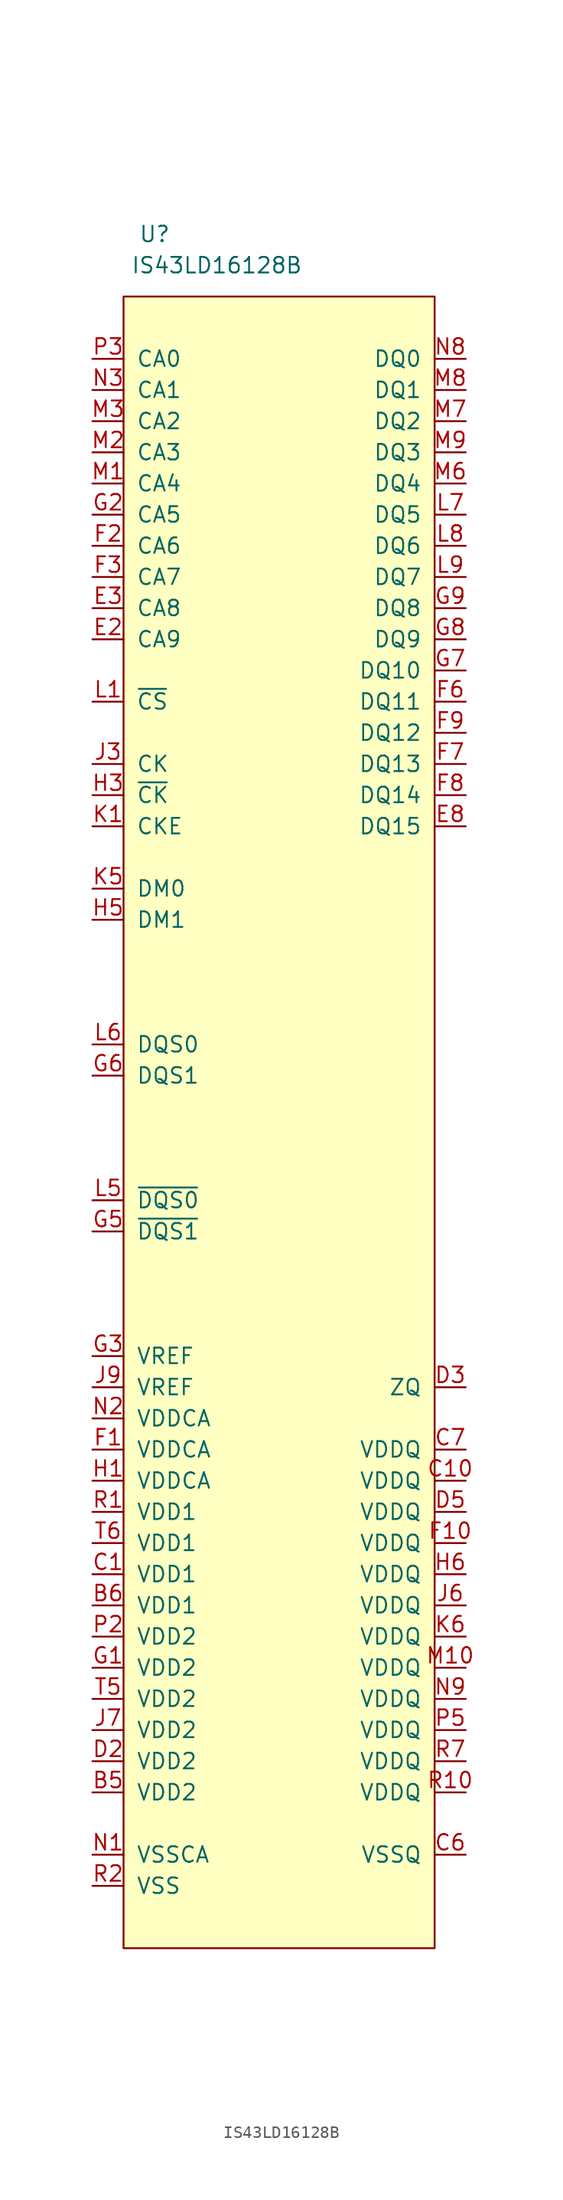
<source format=kicad_sym>
(kicad_symbol_lib
  (version 20201005)
  (generator kicad_symbol_editor)
  (symbol "symbols:IS43LD16128B"
    (pin_names
      (offset 1.016))
    (property "Reference" "U"
      (at -10.16 25.4 0)
      (effects (font (size 1.27 1.27))))
    (property "Value" "IS43LD16128B"
      (at -5.08 22.86 0)
      (effects (font (size 1.27 1.27))))
    (symbol "IS43LD16128B_0_1"
      (rectangle (start -12.7 20.32) (end 12.7 -114.3) (stroke (width 0)) (fill (type background))))
    (symbol "IS43LD16128B_1_1"
      (pin power_in line (at -15.24 -101.6 0) (length 2.54) (name "VDD2" (effects (font (size 1.27 1.27)))) (number "B5" (effects (font (size 1.27 1.27)))))
      (pin power_in line (at -15.24 -86.36 0) (length 2.54) (name "VDD1" (effects (font (size 1.27 1.27)))) (number "B6" (effects (font (size 1.27 1.27)))))
      (pin power_in line (at -15.24 -83.82 0) (length 2.54) (name "VDD1" (effects (font (size 1.27 1.27)))) (number "C1" (effects (font (size 1.27 1.27)))))
      (pin power_in line (at 15.24 -76.2 180) (length 2.54) (name "VDDQ" (effects (font (size 1.27 1.27)))) (number "C10" (effects (font (size 1.27 1.27)))))
      (pin power_in line (at -15.24 -109.22 0) (length 2.54) hide (name "VSS" (effects (font (size 1.27 1.27)))) (number "C2" (effects (font (size 1.27 1.27)))))
      (pin power_in line (at -15.24 -109.22 0) (length 2.54) hide (name "VSS" (effects (font (size 1.27 1.27)))) (number "C5" (effects (font (size 1.27 1.27)))))
      (pin power_in line (at 15.24 -106.68 180) (length 2.54) (name "VSSQ" (effects (font (size 1.27 1.27)))) (number "C6" (effects (font (size 1.27 1.27)))))
      (pin power_in line (at 15.24 -73.66 180) (length 2.54) (name "VDDQ" (effects (font (size 1.27 1.27)))) (number "C7" (effects (font (size 1.27 1.27)))))
      (pin power_in line (at 15.24 -106.68 180) (length 2.54) hide (name "VSSQ" (effects (font (size 1.27 1.27)))) (number "C9" (effects (font (size 1.27 1.27)))))
      (pin power_in line (at -15.24 -109.22 0) (length 2.54) hide (name "VSS" (effects (font (size 1.27 1.27)))) (number "D1" (effects (font (size 1.27 1.27)))))
      (pin power_in line (at 15.24 -106.68 180) (length 2.54) hide (name "VSSQ" (effects (font (size 1.27 1.27)))) (number "D10" (effects (font (size 1.27 1.27)))))
      (pin power_in line (at -15.24 -99.06 0) (length 2.54) (name "VDD2" (effects (font (size 1.27 1.27)))) (number "D2" (effects (font (size 1.27 1.27)))))
      (pin power_in line (at 15.24 -68.58 180) (length 2.54) (name "ZQ" (effects (font (size 1.27 1.27)))) (number "D3" (effects (font (size 1.27 1.27)))))
      (pin power_in line (at 15.24 -78.74 180) (length 2.54) (name "VDDQ" (effects (font (size 1.27 1.27)))) (number "D5" (effects (font (size 1.27 1.27)))))
      (pin power_in line (at -15.24 -106.68 0) (length 2.54) hide (name "VSSCA" (effects (font (size 1.27 1.27)))) (number "E1" (effects (font (size 1.27 1.27)))))
      (pin input line (at -15.24 -7.62 0) (length 2.54) (name "CA9" (effects (font (size 1.27 1.27)))) (number "E2" (effects (font (size 1.27 1.27)))))
      (pin input line (at -15.24 -5.08 0) (length 2.54) (name "CA8" (effects (font (size 1.27 1.27)))) (number "E3" (effects (font (size 1.27 1.27)))))
      (pin bidirectional line (at 15.24 -22.86 180) (length 2.54) (name "DQ15" (effects (font (size 1.27 1.27)))) (number "E8" (effects (font (size 1.27 1.27)))))
      (pin power_in line (at -15.24 -73.66 0) (length 2.54) (name "VDDCA" (effects (font (size 1.27 1.27)))) (number "F1" (effects (font (size 1.27 1.27)))))
      (pin power_in line (at 15.24 -81.28 180) (length 2.54) (name "VDDQ" (effects (font (size 1.27 1.27)))) (number "F10" (effects (font (size 1.27 1.27)))))
      (pin input line (at -15.24 0 0) (length 2.54) (name "CA6" (effects (font (size 1.27 1.27)))) (number "F2" (effects (font (size 1.27 1.27)))))
      (pin input line (at -15.24 -2.54 0) (length 2.54) (name "CA7" (effects (font (size 1.27 1.27)))) (number "F3" (effects (font (size 1.27 1.27)))))
      (pin power_in line (at 15.24 -106.68 180) (length 2.54) hide (name "VSSQ" (effects (font (size 1.27 1.27)))) (number "F5" (effects (font (size 1.27 1.27)))))
      (pin bidirectional line (at 15.24 -12.7 180) (length 2.54) (name "DQ11" (effects (font (size 1.27 1.27)))) (number "F6" (effects (font (size 1.27 1.27)))))
      (pin bidirectional line (at 15.24 -17.78 180) (length 2.54) (name "DQ13" (effects (font (size 1.27 1.27)))) (number "F7" (effects (font (size 1.27 1.27)))))
      (pin bidirectional line (at 15.24 -20.32 180) (length 2.54) (name "DQ14" (effects (font (size 1.27 1.27)))) (number "F8" (effects (font (size 1.27 1.27)))))
      (pin bidirectional line (at 15.24 -15.24 180) (length 2.54) (name "DQ12" (effects (font (size 1.27 1.27)))) (number "F9" (effects (font (size 1.27 1.27)))))
      (pin power_in line (at -15.24 -91.44 0) (length 2.54) (name "VDD2" (effects (font (size 1.27 1.27)))) (number "G1" (effects (font (size 1.27 1.27)))))
      (pin power_in line (at 15.24 -106.68 180) (length 2.54) hide (name "VSSQ" (effects (font (size 1.27 1.27)))) (number "G10" (effects (font (size 1.27 1.27)))))
      (pin input line (at -15.24 2.54 0) (length 2.54) (name "CA5" (effects (font (size 1.27 1.27)))) (number "G2" (effects (font (size 1.27 1.27)))))
      (pin power_in line (at -15.24 -66.04 0) (length 2.54) (name "VREF" (effects (font (size 1.27 1.27)))) (number "G3" (effects (font (size 1.27 1.27)))))
      (pin input line (at -15.24 -55.88 0) (length 2.54) (name "~DQS1" (effects (font (size 1.27 1.27)))) (number "G5" (effects (font (size 1.27 1.27)))))
      (pin input line (at -15.24 -43.18 0) (length 2.54) (name "DQS1" (effects (font (size 1.27 1.27)))) (number "G6" (effects (font (size 1.27 1.27)))))
      (pin bidirectional line (at 15.24 -10.16 180) (length 2.54) (name "DQ10" (effects (font (size 1.27 1.27)))) (number "G7" (effects (font (size 1.27 1.27)))))
      (pin bidirectional line (at 15.24 -7.62 180) (length 2.54) (name "DQ9" (effects (font (size 1.27 1.27)))) (number "G8" (effects (font (size 1.27 1.27)))))
      (pin bidirectional line (at 15.24 -5.08 180) (length 2.54) (name "DQ8" (effects (font (size 1.27 1.27)))) (number "G9" (effects (font (size 1.27 1.27)))))
      (pin power_in line (at -15.24 -76.2 0) (length 2.54) (name "VDDCA" (effects (font (size 1.27 1.27)))) (number "H1" (effects (font (size 1.27 1.27)))))
      (pin power_in line (at -15.24 -109.22 0) (length 2.54) hide (name "VSS" (effects (font (size 1.27 1.27)))) (number "H2" (effects (font (size 1.27 1.27)))))
      (pin input line (at -15.24 -20.32 0) (length 2.54) (name "~CK" (effects (font (size 1.27 1.27)))) (number "H3" (effects (font (size 1.27 1.27)))))
      (pin input line (at -15.24 -30.48 0) (length 2.54) (name "DM1" (effects (font (size 1.27 1.27)))) (number "H5" (effects (font (size 1.27 1.27)))))
      (pin power_in line (at 15.24 -83.82 180) (length 2.54) (name "VDDQ" (effects (font (size 1.27 1.27)))) (number "H6" (effects (font (size 1.27 1.27)))))
      (pin power_in line (at -15.24 -106.68 0) (length 2.54) hide (name "VSSCA" (effects (font (size 1.27 1.27)))) (number "J1" (effects (font (size 1.27 1.27)))))
      (pin input line (at -15.24 -17.78 0) (length 2.54) (name "CK" (effects (font (size 1.27 1.27)))) (number "J3" (effects (font (size 1.27 1.27)))))
      (pin power_in line (at 15.24 -106.68 180) (length 2.54) hide (name "VSSQ" (effects (font (size 1.27 1.27)))) (number "J5" (effects (font (size 1.27 1.27)))))
      (pin power_in line (at 15.24 -86.36 180) (length 2.54) (name "VDDQ" (effects (font (size 1.27 1.27)))) (number "J6" (effects (font (size 1.27 1.27)))))
      (pin power_in line (at -15.24 -96.52 0) (length 2.54) (name "VDD2" (effects (font (size 1.27 1.27)))) (number "J7" (effects (font (size 1.27 1.27)))))
      (pin power_in line (at -15.24 -109.22 0) (length 2.54) hide (name "VSS" (effects (font (size 1.27 1.27)))) (number "J8" (effects (font (size 1.27 1.27)))))
      (pin power_in line (at -15.24 -68.58 0) (length 2.54) (name "VREF" (effects (font (size 1.27 1.27)))) (number "J9" (effects (font (size 1.27 1.27)))))
      (pin input line (at -15.24 -22.86 0) (length 2.54) (name "CKE" (effects (font (size 1.27 1.27)))) (number "K1" (effects (font (size 1.27 1.27)))))
      (pin input line (at -15.24 -27.94 0) (length 2.54) (name "DM0" (effects (font (size 1.27 1.27)))) (number "K5" (effects (font (size 1.27 1.27)))))
      (pin power_in line (at 15.24 -88.9 180) (length 2.54) (name "VDDQ" (effects (font (size 1.27 1.27)))) (number "K6" (effects (font (size 1.27 1.27)))))
      (pin input line (at -15.24 -12.7 0) (length 2.54) (name "~CS" (effects (font (size 1.27 1.27)))) (number "L1" (effects (font (size 1.27 1.27)))))
      (pin power_in line (at 15.24 -106.68 180) (length 2.54) hide (name "VSSQ" (effects (font (size 1.27 1.27)))) (number "L10" (effects (font (size 1.27 1.27)))))
      (pin input line (at -15.24 -53.34 0) (length 2.54) (name "~DQS0" (effects (font (size 1.27 1.27)))) (number "L5" (effects (font (size 1.27 1.27)))))
      (pin input line (at -15.24 -40.64 0) (length 2.54) (name "DQS0" (effects (font (size 1.27 1.27)))) (number "L6" (effects (font (size 1.27 1.27)))))
      (pin bidirectional line (at 15.24 2.54 180) (length 2.54) (name "DQ5" (effects (font (size 1.27 1.27)))) (number "L7" (effects (font (size 1.27 1.27)))))
      (pin bidirectional line (at 15.24 0 180) (length 2.54) (name "DQ6" (effects (font (size 1.27 1.27)))) (number "L8" (effects (font (size 1.27 1.27)))))
      (pin bidirectional line (at 15.24 -2.54 180) (length 2.54) (name "DQ7" (effects (font (size 1.27 1.27)))) (number "L9" (effects (font (size 1.27 1.27)))))
      (pin input line (at -15.24 5.08 0) (length 2.54) (name "CA4" (effects (font (size 1.27 1.27)))) (number "M1" (effects (font (size 1.27 1.27)))))
      (pin power_in line (at 15.24 -91.44 180) (length 2.54) (name "VDDQ" (effects (font (size 1.27 1.27)))) (number "M10" (effects (font (size 1.27 1.27)))))
      (pin input line (at -15.24 7.62 0) (length 2.54) (name "CA3" (effects (font (size 1.27 1.27)))) (number "M2" (effects (font (size 1.27 1.27)))))
      (pin input line (at -15.24 10.16 0) (length 2.54) (name "CA2" (effects (font (size 1.27 1.27)))) (number "M3" (effects (font (size 1.27 1.27)))))
      (pin power_in line (at 15.24 -106.68 180) (length 2.54) hide (name "VSSQ" (effects (font (size 1.27 1.27)))) (number "M5" (effects (font (size 1.27 1.27)))))
      (pin bidirectional line (at 15.24 5.08 180) (length 2.54) (name "DQ4" (effects (font (size 1.27 1.27)))) (number "M6" (effects (font (size 1.27 1.27)))))
      (pin bidirectional line (at 15.24 10.16 180) (length 2.54) (name "DQ2" (effects (font (size 1.27 1.27)))) (number "M7" (effects (font (size 1.27 1.27)))))
      (pin bidirectional line (at 15.24 12.7 180) (length 2.54) (name "DQ1" (effects (font (size 1.27 1.27)))) (number "M8" (effects (font (size 1.27 1.27)))))
      (pin bidirectional line (at 15.24 7.62 180) (length 2.54) (name "DQ3" (effects (font (size 1.27 1.27)))) (number "M9" (effects (font (size 1.27 1.27)))))
      (pin power_in line (at -15.24 -106.68 0) (length 2.54) (name "VSSCA" (effects (font (size 1.27 1.27)))) (number "N1" (effects (font (size 1.27 1.27)))))
      (pin power_in line (at 15.24 -106.68 180) (length 2.54) hide (name "VSSQ" (effects (font (size 1.27 1.27)))) (number "N10" (effects (font (size 1.27 1.27)))))
      (pin power_in line (at -15.24 -71.12 0) (length 2.54) (name "VDDCA" (effects (font (size 1.27 1.27)))) (number "N2" (effects (font (size 1.27 1.27)))))
      (pin input line (at -15.24 12.7 0) (length 2.54) (name "CA1" (effects (font (size 1.27 1.27)))) (number "N3" (effects (font (size 1.27 1.27)))))
      (pin bidirectional line (at 15.24 15.24 180) (length 2.54) (name "DQ0" (effects (font (size 1.27 1.27)))) (number "N8" (effects (font (size 1.27 1.27)))))
      (pin power_in line (at 15.24 -93.98 180) (length 2.54) (name "VDDQ" (effects (font (size 1.27 1.27)))) (number "N9" (effects (font (size 1.27 1.27)))))
      (pin power_in line (at -15.24 -109.22 0) (length 2.54) hide (name "VSS" (effects (font (size 1.27 1.27)))) (number "P1" (effects (font (size 1.27 1.27)))))
      (pin power_in line (at 15.24 -106.68 180) (length 2.54) hide (name "VSSQ" (effects (font (size 1.27 1.27)))) (number "P10" (effects (font (size 1.27 1.27)))))
      (pin power_in line (at -15.24 -88.9 0) (length 2.54) (name "VDD2" (effects (font (size 1.27 1.27)))) (number "P2" (effects (font (size 1.27 1.27)))))
      (pin input line (at -15.24 15.24 0) (length 2.54) (name "CA0" (effects (font (size 1.27 1.27)))) (number "P3" (effects (font (size 1.27 1.27)))))
      (pin power_in line (at 15.24 -96.52 180) (length 2.54) (name "VDDQ" (effects (font (size 1.27 1.27)))) (number "P5" (effects (font (size 1.27 1.27)))))
      (pin power_in line (at -15.24 -78.74 0) (length 2.54) (name "VDD1" (effects (font (size 1.27 1.27)))) (number "R1" (effects (font (size 1.27 1.27)))))
      (pin power_in line (at 15.24 -101.6 180) (length 2.54) (name "VDDQ" (effects (font (size 1.27 1.27)))) (number "R10" (effects (font (size 1.27 1.27)))))
      (pin power_in line (at -15.24 -109.22 0) (length 2.54) (name "VSS" (effects (font (size 1.27 1.27)))) (number "R2" (effects (font (size 1.27 1.27)))))
      (pin power_in line (at -15.24 -109.22 0) (length 2.54) hide (name "VSS" (effects (font (size 1.27 1.27)))) (number "R5" (effects (font (size 1.27 1.27)))))
      (pin power_in line (at 15.24 -106.68 180) (length 2.54) hide (name "VSSQ" (effects (font (size 1.27 1.27)))) (number "R6" (effects (font (size 1.27 1.27)))))
      (pin power_in line (at 15.24 -99.06 180) (length 2.54) (name "VDDQ" (effects (font (size 1.27 1.27)))) (number "R7" (effects (font (size 1.27 1.27)))))
      (pin power_in line (at 15.24 -106.68 180) (length 2.54) hide (name "VSSQ" (effects (font (size 1.27 1.27)))) (number "R9" (effects (font (size 1.27 1.27)))))
      (pin power_in line (at -15.24 -93.98 0) (length 2.54) (name "VDD2" (effects (font (size 1.27 1.27)))) (number "T5" (effects (font (size 1.27 1.27)))))
      (pin power_in line (at -15.24 -81.28 0) (length 2.54) (name "VDD1" (effects (font (size 1.27 1.27)))) (number "T6" (effects (font (size 1.27 1.27))))))))
</source>
